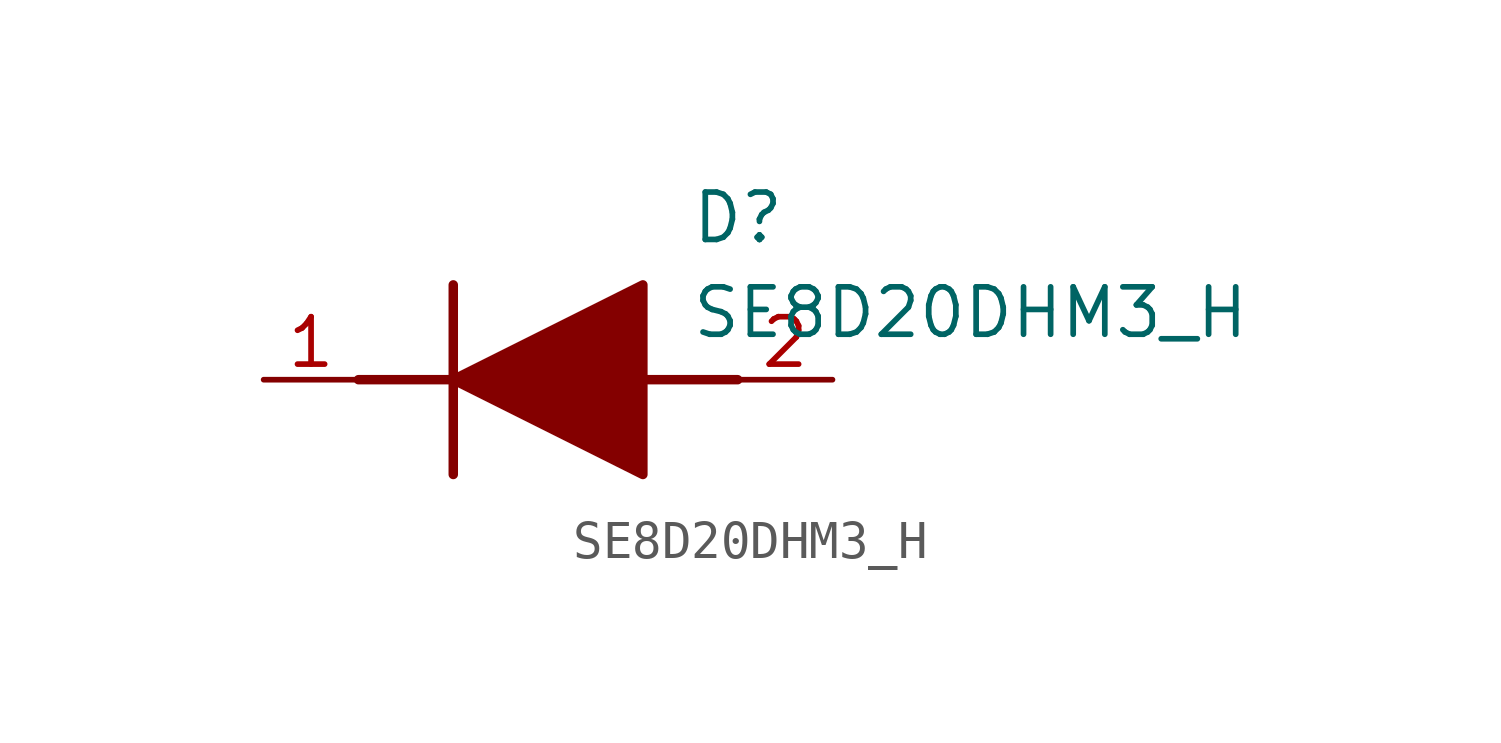
<source format=kicad_sym>
(kicad_symbol_lib
  (version 20211014)
  (generator SamacSys_ECAD_Model)
  (symbol "SE8D20DHM3_H"
    (pin_names hide)
    (property "Reference" "D"
      (at 11.43 5.08 0)
      (effects (font (size 1.27 1.27)) (justify left top)))
    (property "Value" "SE8D20DHM3_H"
      (at 11.43 2.54 0)
      (effects (font (size 1.27 1.27)) (justify left top)))
    (polyline
      (pts (xy 5.08 2.54) (xy 5.08 -2.54))
      (stroke (width 0.254) (type default))
      (fill (type none)))
    (polyline
      (pts (xy 2.54 0) (xy 5.08 0))
      (stroke (width 0.254) (type default))
      (fill (type none)))
    (polyline
      (pts (xy 10.16 0) (xy 12.7 0))
      (stroke (width 0.254) (type default))
      (fill (type none)))
    (polyline
      (pts (xy 5.08 0) (xy 10.16 2.54) (xy 10.16 -2.54) (xy 5.08 0))
      (stroke (width 0.254) (type default))
      (fill (type outline)))
    (pin passive line
      (at 0 0 0)
      (length 2.54)
      (name "K" (effects (font (size 1.27 1.27))))
      (number "1" (effects (font (size 1.27 1.27)))))
    (pin passive line
      (at 15.24 0 180)
      (length 2.54)
      (name "A" (effects (font (size 1.27 1.27))))
      (number "2" (effects (font (size 1.27 1.27)))))))
</source>
